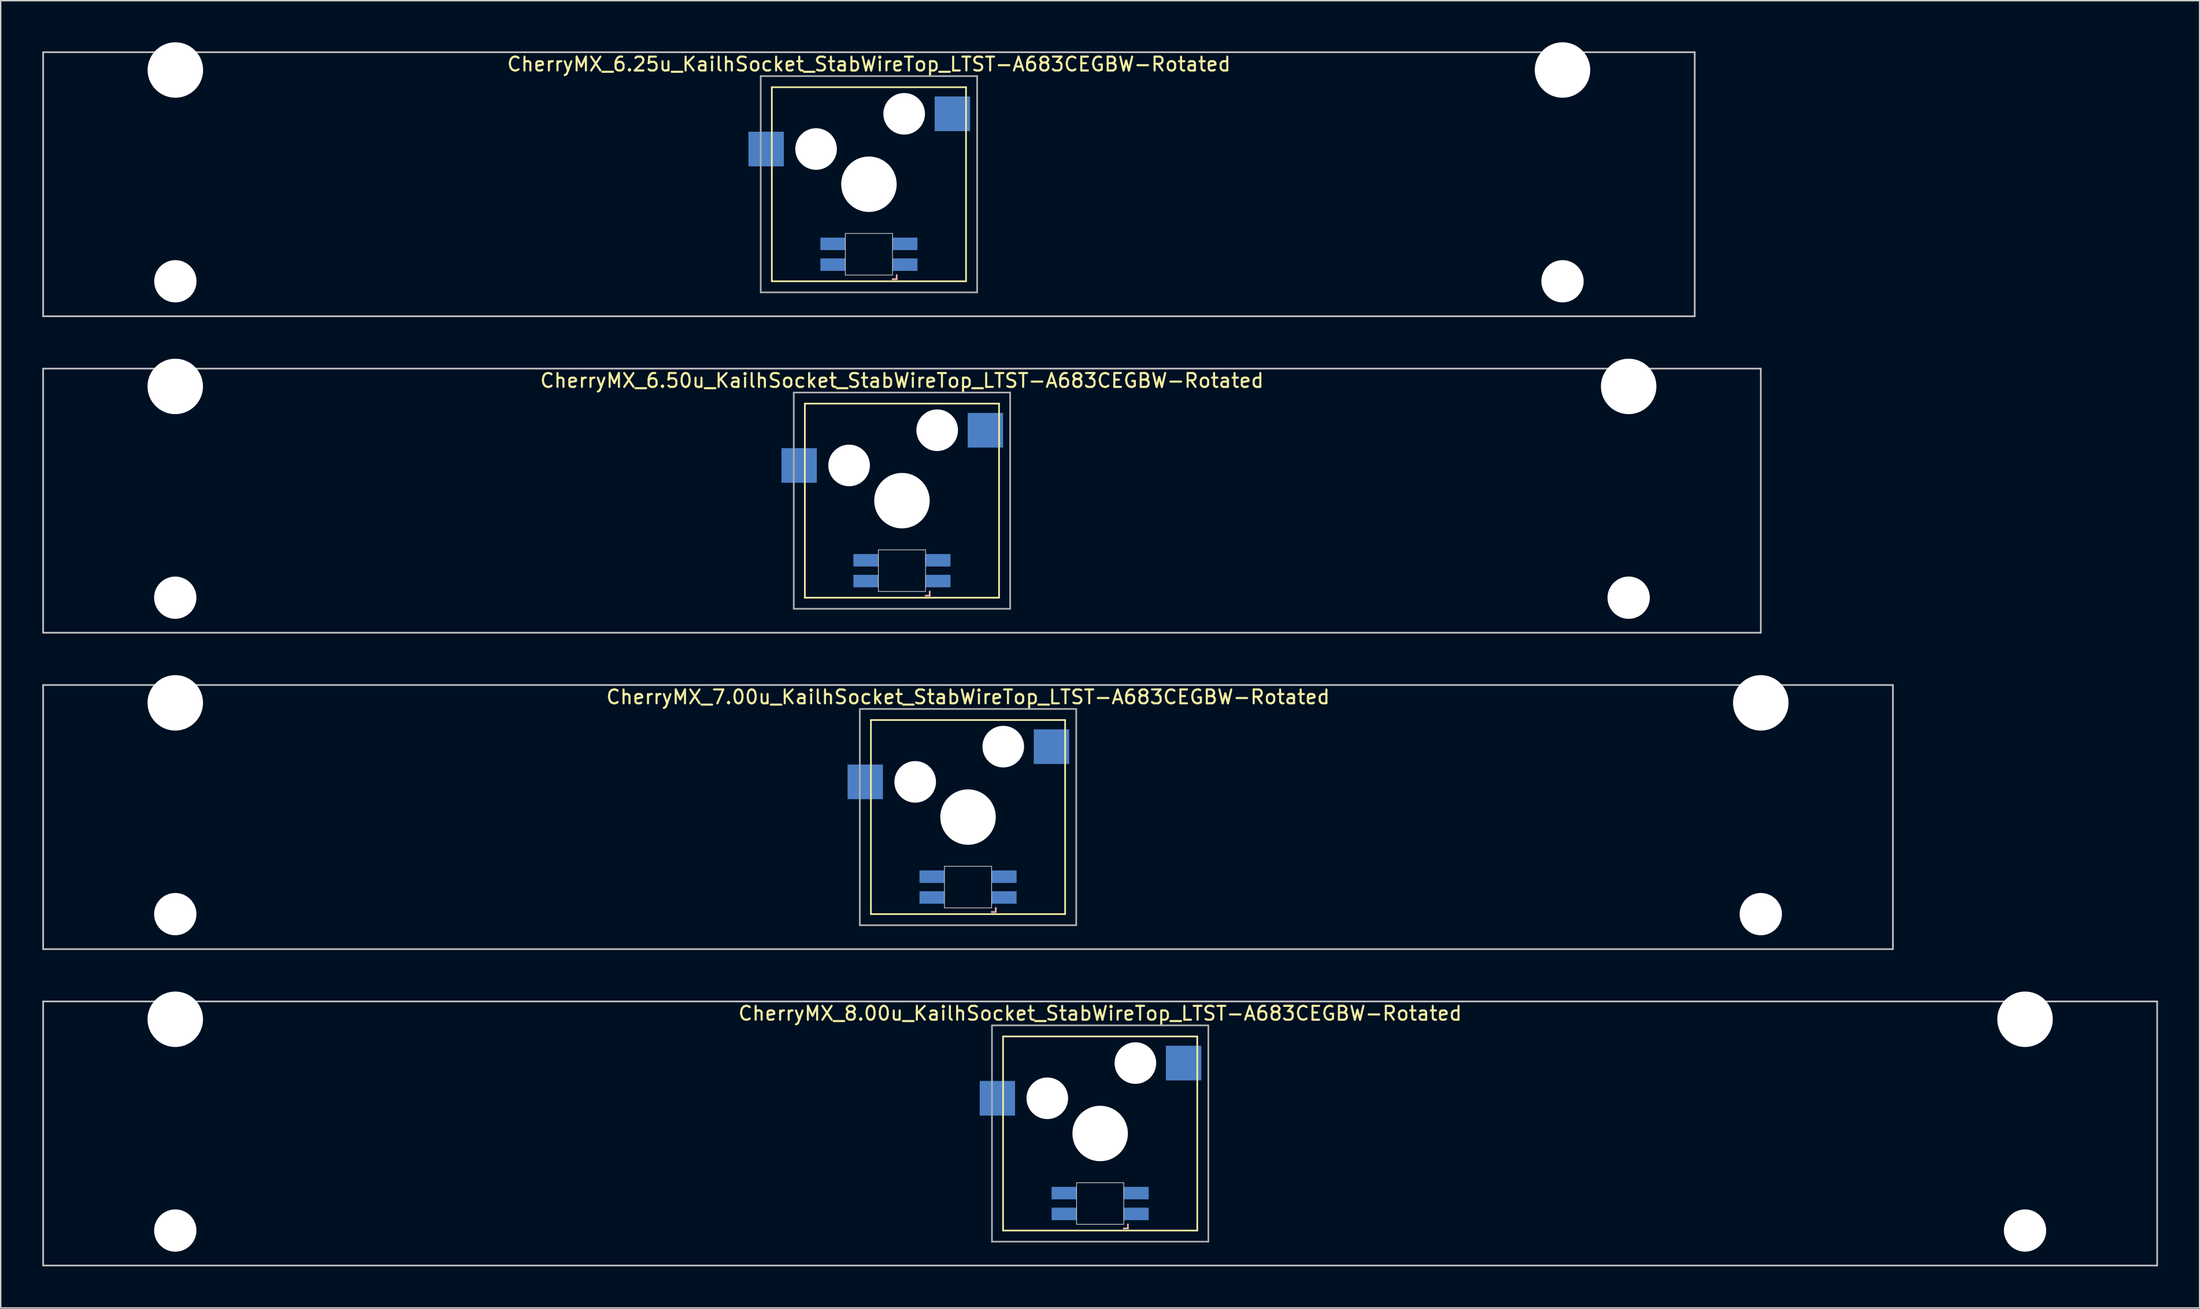
<source format=kicad_pcb>
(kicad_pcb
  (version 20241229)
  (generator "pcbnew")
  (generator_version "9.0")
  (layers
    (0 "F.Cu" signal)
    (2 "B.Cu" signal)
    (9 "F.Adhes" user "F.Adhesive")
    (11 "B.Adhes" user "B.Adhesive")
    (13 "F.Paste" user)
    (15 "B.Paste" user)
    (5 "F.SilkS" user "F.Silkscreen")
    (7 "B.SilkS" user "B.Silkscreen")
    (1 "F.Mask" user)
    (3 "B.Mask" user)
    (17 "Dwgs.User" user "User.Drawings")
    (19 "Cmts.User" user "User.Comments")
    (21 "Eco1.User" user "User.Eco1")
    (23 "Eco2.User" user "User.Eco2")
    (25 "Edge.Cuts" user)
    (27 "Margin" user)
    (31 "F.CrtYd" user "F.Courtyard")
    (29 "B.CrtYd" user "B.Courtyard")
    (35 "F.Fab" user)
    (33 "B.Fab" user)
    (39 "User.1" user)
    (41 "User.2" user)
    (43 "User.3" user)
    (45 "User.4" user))
  (footprint "CherryMX_6.25u_KailhSocket_StabWireTop_LTST-A683CEGBW-Rotated"
    (layer "F.Cu")
    (at 59.591 10.24)
    (property "Reference" "CherryMX_6.25u_KailhSocket_StabWireTop_LTST-A683CEGBW-Rotated" (at 0 -8.662 0) (layer "F.SilkS") (effects (font (size 1 1) (thickness 0.15))))
    (attr through_hole)
    (fp_line (start -7 -7) (end -7 7) (stroke (width 0.12) (type solid)) (layer "F.SilkS"))
    (fp_line (start -7 -7) (end 7 -7) (stroke (width 0.12) (type solid)) (layer "F.SilkS"))
    (fp_line (start 7 -7) (end 7 7) (stroke (width 0.12) (type solid)) (layer "F.SilkS"))
    (fp_line (start 7 7) (end -7 7) (stroke (width 0.12) (type solid)) (layer "F.SilkS"))
    (fp_line (start 1.7 6.85) (end 2 6.85) (stroke (width 0.12) (type solid)) (layer "B.SilkS"))
    (fp_line (start 2 6.85) (end 2 6.55) (stroke (width 0.12) (type solid)) (layer "B.SilkS"))
    (fp_line (start -59.531 -9.525) (end 59.531 -9.525) (stroke (width 0.12) (type solid)) (layer "Dwgs.User"))
    (fp_line (start -59.531 9.525) (end -59.531 -9.525) (stroke (width 0.12) (type solid)) (layer "Dwgs.User"))
    (fp_line (start 59.531 -9.525) (end 59.531 9.525) (stroke (width 0.12) (type solid)) (layer "Dwgs.User"))
    (fp_line (start 59.531 9.525) (end -59.531 9.525) (stroke (width 0.12) (type solid)) (layer "Dwgs.User"))
    (fp_line (start -1.7 3.55) (end 1.7 3.55) (stroke (width 0.05) (type solid)) (layer "Edge.Cuts"))
    (fp_line (start -1.7 6.55) (end -1.7 3.55) (stroke (width 0.05) (type solid)) (layer "Edge.Cuts"))
    (fp_line (start 1.7 3.55) (end 1.7 6.55) (stroke (width 0.05) (type solid)) (layer "Edge.Cuts"))
    (fp_line (start 1.7 6.55) (end -1.7 6.55) (stroke (width 0.05) (type solid)) (layer "Edge.Cuts"))
    (fp_line (start -7.8 -7.8) (end -7.8 7.8) (stroke (width 0.12) (type solid)) (layer "F.Fab"))
    (fp_line (start -7.8 -7.8) (end 7.8 -7.8) (stroke (width 0.12) (type solid)) (layer "F.Fab"))
    (fp_line (start -7.8 7.8) (end 7.8 7.8) (stroke (width 0.12) (type solid)) (layer "F.Fab"))
    (fp_line (start 7.8 -7.8) (end 7.8 7.8) (stroke (width 0.12) (type solid)) (layer "F.Fab"))
    (pad "" np_thru_hole circle (at -50 -8.24) (size 4 4) (drill 4) (layers "*.Cu" "*.Mask"))
    (pad "" np_thru_hole circle (at -50 7) (size 3.05 3.05) (drill 3.05) (layers "*.Cu" "*.Mask"))
    (pad "" np_thru_hole circle (at -3.81 -2.54) (size 3 3) (drill 3) (layers "*.Cu" "*.Mask"))
    (pad "" np_thru_hole circle (at 0 0) (size 4 4) (drill 4) (layers "*.Cu" "*.Mask"))
    (pad "" np_thru_hole circle (at 2.54 -5.08) (size 3 3) (drill 3) (layers "*.Cu" "*.Mask"))
    (pad "" np_thru_hole circle (at 50 -8.24) (size 4 4) (drill 4) (layers "*.Cu" "*.Mask"))
    (pad "" np_thru_hole circle (at 50 7) (size 3.05 3.05) (drill 3.05) (layers "*.Cu" "*.Mask"))
    (pad "1" smd rect (at -7.41 -2.54) (size 2.55 2.5) (layers "B.Cu" "B.Mask" "B.Paste"))
    (pad "2" smd rect (at 6.015 -5.08) (size 2.55 2.5) (layers "B.Cu" "B.Mask" "B.Paste"))
    (pad "3" smd rect (at 2.6 5.8) (size 1.8 0.9) (layers "B.Cu" "B.Mask" "B.Paste"))
    (pad "4" smd rect (at 2.6 4.3) (size 1.8 0.9) (layers "B.Cu" "B.Mask" "B.Paste"))
    (pad "5" smd rect (at -2.6 5.8) (size 1.8 0.9) (layers "B.Cu" "B.Mask" "B.Paste"))
    (pad "6" smd rect (at -2.6 4.3) (size 1.8 0.9) (layers "B.Cu" "B.Mask" "B.Paste")))
  (footprint "CherryMX_6.50u_KailhSocket_StabWireTop_LTST-A683CEGBW-Rotated"
    (layer "F.Cu")
    (at 61.972 33.065)
    (property "Reference" "CherryMX_6.50u_KailhSocket_StabWireTop_LTST-A683CEGBW-Rotated" (at 0 -8.662 0) (layer "F.SilkS") (effects (font (size 1 1) (thickness 0.15))))
    (attr through_hole)
    (fp_line (start -7 -7) (end -7 7) (stroke (width 0.12) (type solid)) (layer "F.SilkS"))
    (fp_line (start -7 -7) (end 7 -7) (stroke (width 0.12) (type solid)) (layer "F.SilkS"))
    (fp_line (start 7 -7) (end 7 7) (stroke (width 0.12) (type solid)) (layer "F.SilkS"))
    (fp_line (start 7 7) (end -7 7) (stroke (width 0.12) (type solid)) (layer "F.SilkS"))
    (fp_line (start 1.7 6.85) (end 2 6.85) (stroke (width 0.12) (type solid)) (layer "B.SilkS"))
    (fp_line (start 2 6.85) (end 2 6.55) (stroke (width 0.12) (type solid)) (layer "B.SilkS"))
    (fp_line (start -61.913 -9.525) (end 61.913 -9.525) (stroke (width 0.12) (type solid)) (layer "Dwgs.User"))
    (fp_line (start -61.913 9.525) (end -61.913 -9.525) (stroke (width 0.12) (type solid)) (layer "Dwgs.User"))
    (fp_line (start 61.913 -9.525) (end 61.913 9.525) (stroke (width 0.12) (type solid)) (layer "Dwgs.User"))
    (fp_line (start 61.913 9.525) (end -61.913 9.525) (stroke (width 0.12) (type solid)) (layer "Dwgs.User"))
    (fp_line (start -1.7 3.55) (end 1.7 3.55) (stroke (width 0.05) (type solid)) (layer "Edge.Cuts"))
    (fp_line (start -1.7 6.55) (end -1.7 3.55) (stroke (width 0.05) (type solid)) (layer "Edge.Cuts"))
    (fp_line (start 1.7 3.55) (end 1.7 6.55) (stroke (width 0.05) (type solid)) (layer "Edge.Cuts"))
    (fp_line (start 1.7 6.55) (end -1.7 6.55) (stroke (width 0.05) (type solid)) (layer "Edge.Cuts"))
    (fp_line (start -7.8 -7.8) (end -7.8 7.8) (stroke (width 0.12) (type solid)) (layer "F.Fab"))
    (fp_line (start -7.8 -7.8) (end 7.8 -7.8) (stroke (width 0.12) (type solid)) (layer "F.Fab"))
    (fp_line (start -7.8 7.8) (end 7.8 7.8) (stroke (width 0.12) (type solid)) (layer "F.Fab"))
    (fp_line (start 7.8 -7.8) (end 7.8 7.8) (stroke (width 0.12) (type solid)) (layer "F.Fab"))
    (pad "" np_thru_hole circle (at -52.388 -8.24) (size 4 4) (drill 4) (layers "*.Cu" "*.Mask"))
    (pad "" np_thru_hole circle (at -52.388 7) (size 3.05 3.05) (drill 3.05) (layers "*.Cu" "*.Mask"))
    (pad "" np_thru_hole circle (at -3.81 -2.54) (size 3 3) (drill 3) (layers "*.Cu" "*.Mask"))
    (pad "" np_thru_hole circle (at 0 0) (size 4 4) (drill 4) (layers "*.Cu" "*.Mask"))
    (pad "" np_thru_hole circle (at 2.54 -5.08) (size 3 3) (drill 3) (layers "*.Cu" "*.Mask"))
    (pad "" np_thru_hole circle (at 52.388 -8.24) (size 4 4) (drill 4) (layers "*.Cu" "*.Mask"))
    (pad "" np_thru_hole circle (at 52.388 7) (size 3.05 3.05) (drill 3.05) (layers "*.Cu" "*.Mask"))
    (pad "1" smd rect (at -7.41 -2.54) (size 2.55 2.5) (layers "B.Cu" "B.Mask" "B.Paste"))
    (pad "2" smd rect (at 6.015 -5.08) (size 2.55 2.5) (layers "B.Cu" "B.Mask" "B.Paste"))
    (pad "3" smd rect (at 2.6 5.8) (size 1.8 0.9) (layers "B.Cu" "B.Mask" "B.Paste"))
    (pad "4" smd rect (at 2.6 4.3) (size 1.8 0.9) (layers "B.Cu" "B.Mask" "B.Paste"))
    (pad "5" smd rect (at -2.6 5.8) (size 1.8 0.9) (layers "B.Cu" "B.Mask" "B.Paste"))
    (pad "6" smd rect (at -2.6 4.3) (size 1.8 0.9) (layers "B.Cu" "B.Mask" "B.Paste")))
  (footprint "CherryMX_7.00u_KailhSocket_StabWireTop_LTST-A683CEGBW-Rotated"
    (layer "F.Cu")
    (at 66.735 55.89)
    (property "Reference" "CherryMX_7.00u_KailhSocket_StabWireTop_LTST-A683CEGBW-Rotated" (at 0 -8.662 0) (layer "F.SilkS") (effects (font (size 1 1) (thickness 0.15))))
    (attr through_hole)
    (fp_line (start -7 -7) (end -7 7) (stroke (width 0.12) (type solid)) (layer "F.SilkS"))
    (fp_line (start -7 -7) (end 7 -7) (stroke (width 0.12) (type solid)) (layer "F.SilkS"))
    (fp_line (start 7 -7) (end 7 7) (stroke (width 0.12) (type solid)) (layer "F.SilkS"))
    (fp_line (start 7 7) (end -7 7) (stroke (width 0.12) (type solid)) (layer "F.SilkS"))
    (fp_line (start 1.7 6.85) (end 2 6.85) (stroke (width 0.12) (type solid)) (layer "B.SilkS"))
    (fp_line (start 2 6.85) (end 2 6.55) (stroke (width 0.12) (type solid)) (layer "B.SilkS"))
    (fp_line (start -66.675 -9.525) (end 66.675 -9.525) (stroke (width 0.12) (type solid)) (layer "Dwgs.User"))
    (fp_line (start -66.675 9.525) (end -66.675 -9.525) (stroke (width 0.12) (type solid)) (layer "Dwgs.User"))
    (fp_line (start 66.675 -9.525) (end 66.675 9.525) (stroke (width 0.12) (type solid)) (layer "Dwgs.User"))
    (fp_line (start 66.675 9.525) (end -66.675 9.525) (stroke (width 0.12) (type solid)) (layer "Dwgs.User"))
    (fp_line (start -1.7 3.55) (end 1.7 3.55) (stroke (width 0.05) (type solid)) (layer "Edge.Cuts"))
    (fp_line (start -1.7 6.55) (end -1.7 3.55) (stroke (width 0.05) (type solid)) (layer "Edge.Cuts"))
    (fp_line (start 1.7 3.55) (end 1.7 6.55) (stroke (width 0.05) (type solid)) (layer "Edge.Cuts"))
    (fp_line (start 1.7 6.55) (end -1.7 6.55) (stroke (width 0.05) (type solid)) (layer "Edge.Cuts"))
    (fp_line (start -7.8 -7.8) (end -7.8 7.8) (stroke (width 0.12) (type solid)) (layer "F.Fab"))
    (fp_line (start -7.8 -7.8) (end 7.8 -7.8) (stroke (width 0.12) (type solid)) (layer "F.Fab"))
    (fp_line (start -7.8 7.8) (end 7.8 7.8) (stroke (width 0.12) (type solid)) (layer "F.Fab"))
    (fp_line (start 7.8 -7.8) (end 7.8 7.8) (stroke (width 0.12) (type solid)) (layer "F.Fab"))
    (pad "" np_thru_hole circle (at -57.15 -8.24) (size 4 4) (drill 4) (layers "*.Cu" "*.Mask"))
    (pad "" np_thru_hole circle (at -57.15 7) (size 3.05 3.05) (drill 3.05) (layers "*.Cu" "*.Mask"))
    (pad "" np_thru_hole circle (at -3.81 -2.54) (size 3 3) (drill 3) (layers "*.Cu" "*.Mask"))
    (pad "" np_thru_hole circle (at 0 0) (size 4 4) (drill 4) (layers "*.Cu" "*.Mask"))
    (pad "" np_thru_hole circle (at 2.54 -5.08) (size 3 3) (drill 3) (layers "*.Cu" "*.Mask"))
    (pad "" np_thru_hole circle (at 57.15 -8.24) (size 4 4) (drill 4) (layers "*.Cu" "*.Mask"))
    (pad "" np_thru_hole circle (at 57.15 7) (size 3.05 3.05) (drill 3.05) (layers "*.Cu" "*.Mask"))
    (pad "1" smd rect (at -7.41 -2.54) (size 2.55 2.5) (layers "B.Cu" "B.Mask" "B.Paste"))
    (pad "2" smd rect (at 6.015 -5.08) (size 2.55 2.5) (layers "B.Cu" "B.Mask" "B.Paste"))
    (pad "3" smd rect (at 2.6 5.8) (size 1.8 0.9) (layers "B.Cu" "B.Mask" "B.Paste"))
    (pad "4" smd rect (at 2.6 4.3) (size 1.8 0.9) (layers "B.Cu" "B.Mask" "B.Paste"))
    (pad "5" smd rect (at -2.6 5.8) (size 1.8 0.9) (layers "B.Cu" "B.Mask" "B.Paste"))
    (pad "6" smd rect (at -2.6 4.3) (size 1.8 0.9) (layers "B.Cu" "B.Mask" "B.Paste")))
  (footprint "CherryMX_8.00u_KailhSocket_StabWireTop_LTST-A683CEGBW-Rotated"
    (layer "F.Cu")
    (at 76.26 78.715)
    (property "Reference" "CherryMX_8.00u_KailhSocket_StabWireTop_LTST-A683CEGBW-Rotated" (at 0 -8.662 0) (layer "F.SilkS") (effects (font (size 1 1) (thickness 0.15))))
    (attr through_hole)
    (fp_line (start -7 -7) (end -7 7) (stroke (width 0.12) (type solid)) (layer "F.SilkS"))
    (fp_line (start -7 -7) (end 7 -7) (stroke (width 0.12) (type solid)) (layer "F.SilkS"))
    (fp_line (start 7 -7) (end 7 7) (stroke (width 0.12) (type solid)) (layer "F.SilkS"))
    (fp_line (start 7 7) (end -7 7) (stroke (width 0.12) (type solid)) (layer "F.SilkS"))
    (fp_line (start 1.7 6.85) (end 2 6.85) (stroke (width 0.12) (type solid)) (layer "B.SilkS"))
    (fp_line (start 2 6.85) (end 2 6.55) (stroke (width 0.12) (type solid)) (layer "B.SilkS"))
    (fp_line (start -76.2 -9.525) (end 76.2 -9.525) (stroke (width 0.12) (type solid)) (layer "Dwgs.User"))
    (fp_line (start -76.2 9.525) (end -76.2 -9.525) (stroke (width 0.12) (type solid)) (layer "Dwgs.User"))
    (fp_line (start 76.2 -9.525) (end 76.2 9.525) (stroke (width 0.12) (type solid)) (layer "Dwgs.User"))
    (fp_line (start 76.2 9.525) (end -76.2 9.525) (stroke (width 0.12) (type solid)) (layer "Dwgs.User"))
    (fp_line (start -1.7 3.55) (end 1.7 3.55) (stroke (width 0.05) (type solid)) (layer "Edge.Cuts"))
    (fp_line (start -1.7 6.55) (end -1.7 3.55) (stroke (width 0.05) (type solid)) (layer "Edge.Cuts"))
    (fp_line (start 1.7 3.55) (end 1.7 6.55) (stroke (width 0.05) (type solid)) (layer "Edge.Cuts"))
    (fp_line (start 1.7 6.55) (end -1.7 6.55) (stroke (width 0.05) (type solid)) (layer "Edge.Cuts"))
    (fp_line (start -7.8 -7.8) (end -7.8 7.8) (stroke (width 0.12) (type solid)) (layer "F.Fab"))
    (fp_line (start -7.8 -7.8) (end 7.8 -7.8) (stroke (width 0.12) (type solid)) (layer "F.Fab"))
    (fp_line (start -7.8 7.8) (end 7.8 7.8) (stroke (width 0.12) (type solid)) (layer "F.Fab"))
    (fp_line (start 7.8 -7.8) (end 7.8 7.8) (stroke (width 0.12) (type solid)) (layer "F.Fab"))
    (pad "" np_thru_hole circle (at -66.675 -8.24) (size 4 4) (drill 4) (layers "*.Cu" "*.Mask"))
    (pad "" np_thru_hole circle (at -66.675 7) (size 3.05 3.05) (drill 3.05) (layers "*.Cu" "*.Mask"))
    (pad "" np_thru_hole circle (at -3.81 -2.54) (size 3 3) (drill 3) (layers "*.Cu" "*.Mask"))
    (pad "" np_thru_hole circle (at 0 0) (size 4 4) (drill 4) (layers "*.Cu" "*.Mask"))
    (pad "" np_thru_hole circle (at 2.54 -5.08) (size 3 3) (drill 3) (layers "*.Cu" "*.Mask"))
    (pad "" np_thru_hole circle (at 66.675 -8.24) (size 4 4) (drill 4) (layers "*.Cu" "*.Mask"))
    (pad "" np_thru_hole circle (at 66.675 7) (size 3.05 3.05) (drill 3.05) (layers "*.Cu" "*.Mask"))
    (pad "1" smd rect (at -7.41 -2.54) (size 2.55 2.5) (layers "B.Cu" "B.Mask" "B.Paste"))
    (pad "2" smd rect (at 6.015 -5.08) (size 2.55 2.5) (layers "B.Cu" "B.Mask" "B.Paste"))
    (pad "3" smd rect (at 2.6 5.8) (size 1.8 0.9) (layers "B.Cu" "B.Mask" "B.Paste"))
    (pad "4" smd rect (at 2.6 4.3) (size 1.8 0.9) (layers "B.Cu" "B.Mask" "B.Paste"))
    (pad "5" smd rect (at -2.6 5.8) (size 1.8 0.9) (layers "B.Cu" "B.Mask" "B.Paste"))
    (pad "6" smd rect (at -2.6 4.3) (size 1.8 0.9) (layers "B.Cu" "B.Mask" "B.Paste")))
  (gr_rect
    (start -3 -3)
    (end 155.52 91.3)
    (stroke (width 0.1) (type default))
    (fill no)
    (layer "Edge.Cuts")))
</source>
